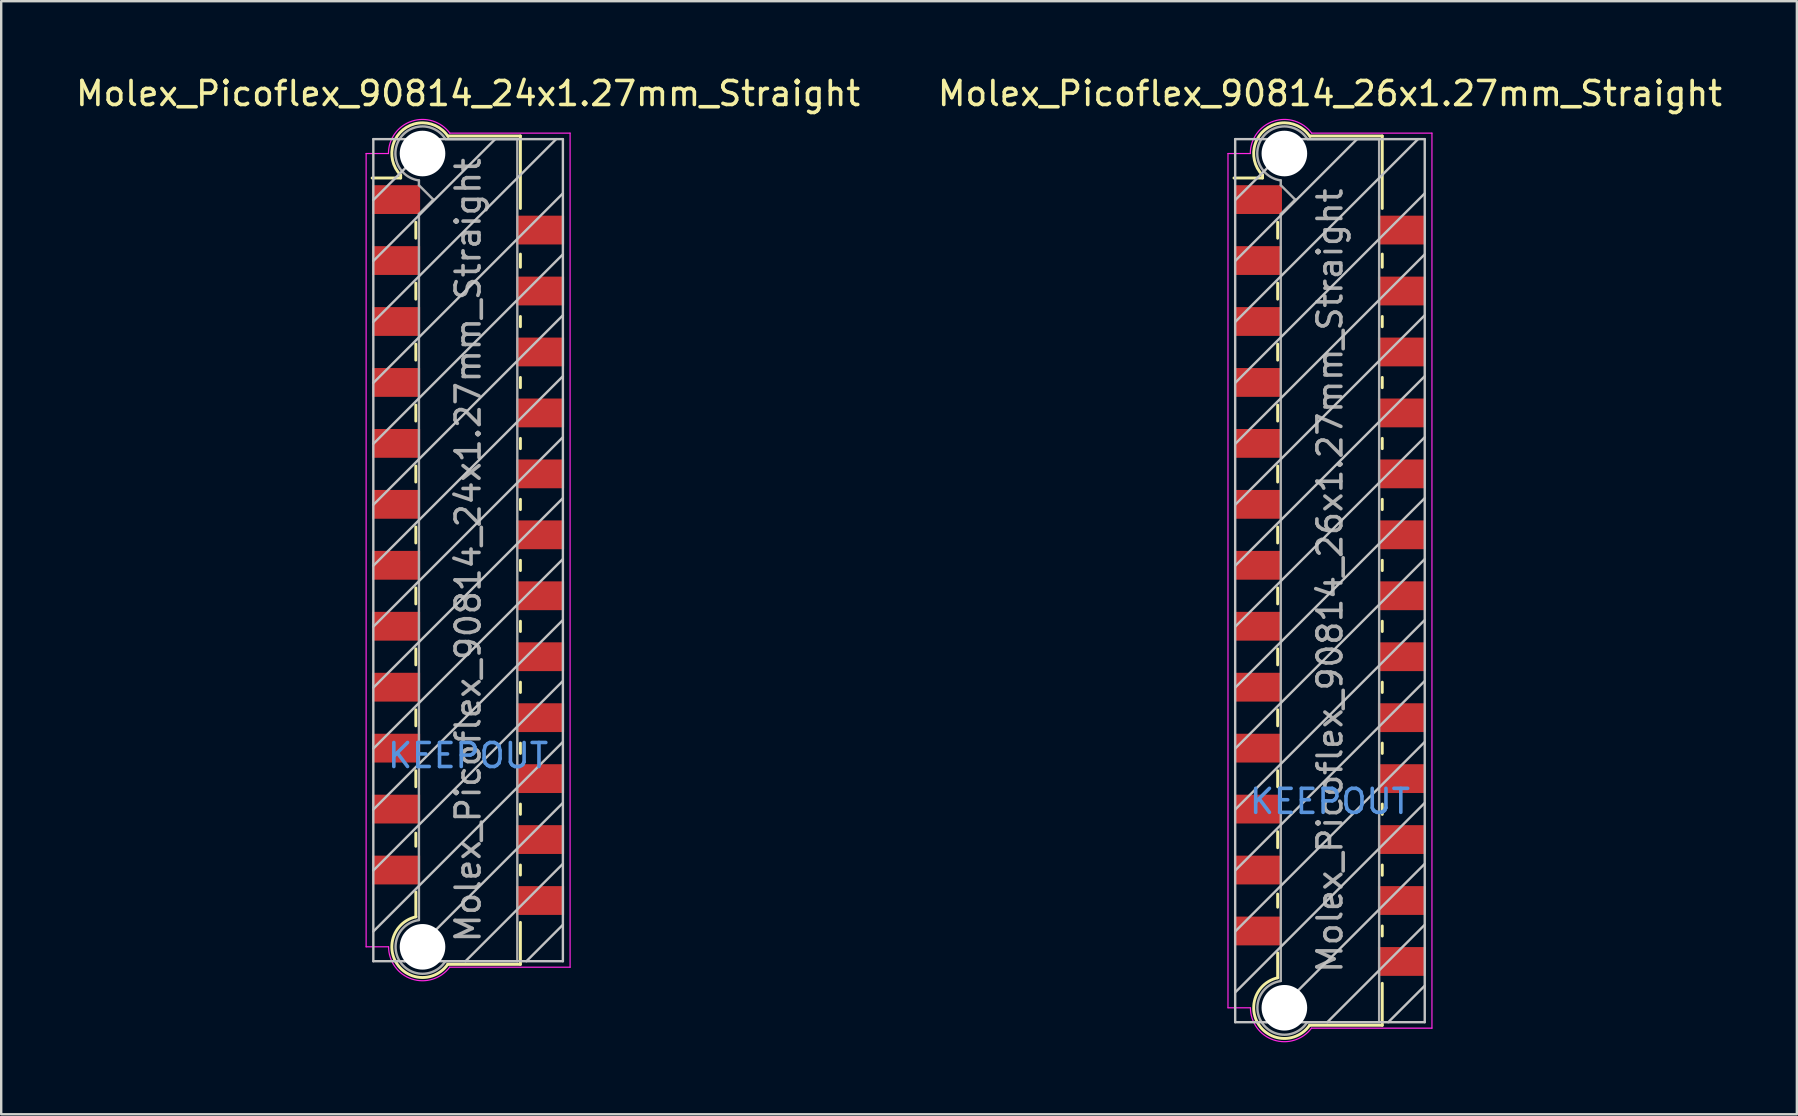
<source format=kicad_pcb>
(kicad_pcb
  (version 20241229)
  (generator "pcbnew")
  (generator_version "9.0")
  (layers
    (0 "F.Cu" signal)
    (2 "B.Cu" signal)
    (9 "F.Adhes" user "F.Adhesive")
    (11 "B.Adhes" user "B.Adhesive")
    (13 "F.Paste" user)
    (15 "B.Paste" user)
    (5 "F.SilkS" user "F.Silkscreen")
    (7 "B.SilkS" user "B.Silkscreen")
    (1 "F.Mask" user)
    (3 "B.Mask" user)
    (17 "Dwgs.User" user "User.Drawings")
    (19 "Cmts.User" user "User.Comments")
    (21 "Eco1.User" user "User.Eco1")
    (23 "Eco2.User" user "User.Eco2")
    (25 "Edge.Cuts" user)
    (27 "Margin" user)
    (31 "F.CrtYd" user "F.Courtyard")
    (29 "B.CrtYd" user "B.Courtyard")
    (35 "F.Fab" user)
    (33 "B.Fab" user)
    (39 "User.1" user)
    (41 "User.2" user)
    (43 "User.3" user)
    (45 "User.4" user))
  (footprint "Molex_Picoflex_90814_26x1.27mm_Straight"
    (layer "F.Cu")
    (at 52.375 21.148)
    (property "Reference" "Molex_Picoflex_90814_26x1.27mm_Straight" (at 0 -20.3 0) (layer "F.SilkS") (effects (font (size 1 1) (thickness 0.15))))
    (attr smd)
    (fp_line (start -2.81 -16.9) (end -2.81 -16.78) (stroke (width 0.12) (type solid)) (layer "F.SilkS"))
    (fp_line (start -2.81 -16.78) (end -4 -16.78) (stroke (width 0.12) (type solid)) (layer "F.SilkS"))
    (fp_line (start -2.18 -14.27) (end -2.18 -14.94) (stroke (width 0.12) (type solid)) (layer "F.SilkS"))
    (fp_line (start -2.18 -11.73) (end -2.18 -12.4) (stroke (width 0.12) (type solid)) (layer "F.SilkS"))
    (fp_line (start -2.18 -9.19) (end -2.18 -9.86) (stroke (width 0.12) (type solid)) (layer "F.SilkS"))
    (fp_line (start -2.18 -6.65) (end -2.18 -7.32) (stroke (width 0.12) (type solid)) (layer "F.SilkS"))
    (fp_line (start -2.18 -4.11) (end -2.18 -4.78) (stroke (width 0.12) (type solid)) (layer "F.SilkS"))
    (fp_line (start -2.18 -1.57) (end -2.18 -2.24) (stroke (width 0.12) (type solid)) (layer "F.SilkS"))
    (fp_line (start -2.18 0.97) (end -2.18 0.3) (stroke (width 0.12) (type solid)) (layer "F.SilkS"))
    (fp_line (start -2.18 3.51) (end -2.18 2.84) (stroke (width 0.12) (type solid)) (layer "F.SilkS"))
    (fp_line (start -2.18 6.05) (end -2.18 5.38) (stroke (width 0.12) (type solid)) (layer "F.SilkS"))
    (fp_line (start -2.18 8.59) (end -2.18 7.92) (stroke (width 0.12) (type solid)) (layer "F.SilkS"))
    (fp_line (start -2.18 11.13) (end -2.18 10.46) (stroke (width 0.12) (type solid)) (layer "F.SilkS"))
    (fp_line (start -2.18 13.61) (end -2.18 13.06) (stroke (width 0.12) (type solid)) (layer "F.SilkS"))
    (fp_line (start -2.18 16.55) (end -2.18 15.51) (stroke (width 0.12) (type solid)) (layer "F.SilkS"))
    (fp_line (start 2.18 -18.53) (end -0.82 -18.53) (stroke (width 0.12) (type solid)) (layer "F.SilkS"))
    (fp_line (start 2.18 -18.53) (end 2.18 -15.51) (stroke (width 0.12) (type solid)) (layer "F.SilkS"))
    (fp_line (start 2.18 -13.61) (end 2.18 -13.06) (stroke (width 0.12) (type solid)) (layer "F.SilkS"))
    (fp_line (start 2.18 -11.01) (end 2.18 -10.58) (stroke (width 0.12) (type solid)) (layer "F.SilkS"))
    (fp_line (start 2.18 -8.47) (end 2.18 -8.04) (stroke (width 0.12) (type solid)) (layer "F.SilkS"))
    (fp_line (start 2.18 -5.93) (end 2.18 -5.5) (stroke (width 0.12) (type solid)) (layer "F.SilkS"))
    (fp_line (start 2.18 -3.39) (end 2.18 -2.96) (stroke (width 0.12) (type solid)) (layer "F.SilkS"))
    (fp_line (start 2.18 -0.85) (end 2.18 -0.42) (stroke (width 0.12) (type solid)) (layer "F.SilkS"))
    (fp_line (start 2.18 1.69) (end 2.18 2.12) (stroke (width 0.12) (type solid)) (layer "F.SilkS"))
    (fp_line (start 2.18 4.23) (end 2.18 4.66) (stroke (width 0.12) (type solid)) (layer "F.SilkS"))
    (fp_line (start 2.18 6.77) (end 2.18 7.2) (stroke (width 0.12) (type solid)) (layer "F.SilkS"))
    (fp_line (start 2.18 9.31) (end 2.18 9.74) (stroke (width 0.12) (type solid)) (layer "F.SilkS"))
    (fp_line (start 2.18 11.85) (end 2.18 12.28) (stroke (width 0.12) (type solid)) (layer "F.SilkS"))
    (fp_line (start 2.18 14.39) (end 2.18 14.81) (stroke (width 0.12) (type solid)) (layer "F.SilkS"))
    (fp_line (start 2.18 16.78) (end 2.18 18.53) (stroke (width 0.12) (type solid)) (layer "F.SilkS"))
    (fp_line (start 2.18 18.53) (end -0.85 18.53) (stroke (width 0.12) (type solid)) (layer "F.SilkS"))
    (fp_arc (start -2.81 -16.9) (mid -2.708637 -18.792072) (end -0.834991 -18.509828) (stroke (width 0.12) (type solid)) (layer "F.SilkS"))
    (fp_arc (start -0.85 18.53) (mid -2.962791 18.511248) (end -2.174424 16.550964) (stroke (width 0.12) (type solid)) (layer "F.SilkS"))
    (fp_line (start -3.95 -18.4) (end -3.95 18.4) (stroke (width 0.1) (type solid)) (layer "Dwgs.User"))
    (fp_line (start -3.95 -15.86) (end -1.41 -18.4) (stroke (width 0.1) (type solid)) (layer "Dwgs.User"))
    (fp_line (start -3.95 -13.32) (end 1.13 -18.4) (stroke (width 0.1) (type solid)) (layer "Dwgs.User"))
    (fp_line (start -3.95 -10.78) (end 3.67 -18.4) (stroke (width 0.1) (type solid)) (layer "Dwgs.User"))
    (fp_line (start -3.95 -8.24) (end 3.95 -16.14) (stroke (width 0.1) (type solid)) (layer "Dwgs.User"))
    (fp_line (start -3.95 -5.7) (end 3.95 -13.6) (stroke (width 0.1) (type solid)) (layer "Dwgs.User"))
    (fp_line (start -3.95 -3.16) (end 3.95 -11.06) (stroke (width 0.1) (type solid)) (layer "Dwgs.User"))
    (fp_line (start -3.95 -0.62) (end 3.95 -8.52) (stroke (width 0.1) (type solid)) (layer "Dwgs.User"))
    (fp_line (start -3.95 1.92) (end 3.95 -5.98) (stroke (width 0.1) (type solid)) (layer "Dwgs.User"))
    (fp_line (start -3.95 4.46) (end 3.95 -3.44) (stroke (width 0.1) (type solid)) (layer "Dwgs.User"))
    (fp_line (start -3.95 7) (end 3.95 -0.9) (stroke (width 0.1) (type solid)) (layer "Dwgs.User"))
    (fp_line (start -3.95 9.54) (end 3.95 1.64) (stroke (width 0.1) (type solid)) (layer "Dwgs.User"))
    (fp_line (start -3.95 12.08) (end 3.95 4.18) (stroke (width 0.1) (type solid)) (layer "Dwgs.User"))
    (fp_line (start -3.95 14.62) (end 3.95 6.72) (stroke (width 0.1) (type solid)) (layer "Dwgs.User"))
    (fp_line (start -3.95 17.16) (end 3.95 9.26) (stroke (width 0.1) (type solid)) (layer "Dwgs.User"))
    (fp_line (start -3.95 18.4) (end 3.95 18.4) (stroke (width 0.1) (type solid)) (layer "Dwgs.User"))
    (fp_line (start -2.65 18.4) (end 3.95 11.8) (stroke (width 0.1) (type solid)) (layer "Dwgs.User"))
    (fp_line (start -0.11 18.4) (end 3.95 14.34) (stroke (width 0.1) (type solid)) (layer "Dwgs.User"))
    (fp_line (start 2.43 18.4) (end 3.95 16.88) (stroke (width 0.1) (type solid)) (layer "Dwgs.User"))
    (fp_line (start 3.95 -18.4) (end -3.95 -18.4) (stroke (width 0.1) (type solid)) (layer "Dwgs.User"))
    (fp_line (start 3.95 18.4) (end 3.95 -18.4) (stroke (width 0.1) (type solid)) (layer "Dwgs.User"))
    (fp_line (start -4.25 17.8) (end -4.25 -17.8) (stroke (width 0.05) (type solid)) (layer "F.CrtYd"))
    (fp_line (start -3.32 -17.8) (end -4.25 -17.8) (stroke (width 0.05) (type solid)) (layer "F.CrtYd"))
    (fp_line (start -3.32 17.8) (end -4.25 17.8) (stroke (width 0.05) (type solid)) (layer "F.CrtYd"))
    (fp_line (start 4.25 -18.65) (end -0.76 -18.65) (stroke (width 0.05) (type solid)) (layer "F.CrtYd"))
    (fp_line (start 4.25 -18.65) (end 4.25 18.65) (stroke (width 0.05) (type solid)) (layer "F.CrtYd"))
    (fp_line (start 4.25 18.65) (end -0.77 18.65) (stroke (width 0.05) (type solid)) (layer "F.CrtYd"))
    (fp_arc (start -3.32 -17.8) (mid -2.344692 -19.148573) (end -0.758523 -18.644648) (stroke (width 0.05) (type solid)) (layer "F.CrtYd"))
    (fp_arc (start -0.77 18.65) (mid -2.348691 19.140924) (end -3.314001 17.798743) (stroke (width 0.05) (type solid)) (layer "F.CrtYd"))
    (fp_line (start -2.05 -16.48) (end -2.05 -16.68) (stroke (width 0.1) (type solid)) (layer "F.Fab"))
    (fp_line (start -2.05 -15.28) (end -1.45 -15.88) (stroke (width 0.1) (type solid)) (layer "F.Fab"))
    (fp_line (start -2.05 16.68) (end -2.05 -15.28) (stroke (width 0.1) (type solid)) (layer "F.Fab"))
    (fp_line (start -1.45 -15.88) (end -2.05 -16.48) (stroke (width 0.1) (type solid)) (layer "F.Fab"))
    (fp_line (start 2.05 -18.4) (end -0.93 -18.4) (stroke (width 0.1) (type solid)) (layer "F.Fab"))
    (fp_line (start 2.05 -18.4) (end 2.05 18.4) (stroke (width 0.1) (type solid)) (layer "F.Fab"))
    (fp_line (start 2.05 18.4) (end -0.95 18.4) (stroke (width 0.1) (type solid)) (layer "F.Fab"))
    (fp_arc (start -2.05 -16.68) (mid -2.851672 -18.409279) (end -0.945612 -18.405015) (stroke (width 0.1) (type solid)) (layer "F.Fab"))
    (fp_arc (start -0.95 18.4) (mid -2.845272 18.407422) (end -2.051022 16.686585) (stroke (width 0.1) (type solid)) (layer "F.Fab"))
    (fp_text user "KEEPOUT" (at 0 9.2 0) (layer "Cmts.User") (effects (font (size 1 1) (thickness 0.15))))
    (fp_text user "${REFERENCE}" (at 0 0 90) (layer "F.Fab") (effects (font (size 1 1) (thickness 0.15))))
    (pad "" np_thru_hole circle (at -1.9 -17.8) (size 1.9 1.9) (drill 1.9) (layers "*.Cu"))
    (pad "" np_thru_hole circle (at -1.9 17.8) (size 1.9 1.9) (drill 1.9) (layers "*.Cu"))
    (pad "1" smd rect (at -3 -15.88) (size 2 1.2) (layers "F.Cu" "F.Mask" "F.Paste"))
    (pad "2" smd rect (at 3 -14.61) (size 2 1.2) (layers "F.Cu" "F.Mask" "F.Paste"))
    (pad "3" smd rect (at -3 -13.34) (size 2 1.2) (layers "F.Cu" "F.Mask" "F.Paste"))
    (pad "4" smd rect (at 3 -12.07) (size 2 1.2) (layers "F.Cu" "F.Mask" "F.Paste"))
    (pad "5" smd rect (at -3 -10.8) (size 2 1.2) (layers "F.Cu" "F.Mask" "F.Paste"))
    (pad "6" smd rect (at 3 -9.53) (size 2 1.2) (layers "F.Cu" "F.Mask" "F.Paste"))
    (pad "7" smd rect (at -3 -8.26) (size 2 1.2) (layers "F.Cu" "F.Mask" "F.Paste"))
    (pad "8" smd rect (at 3 -6.99) (size 2 1.2) (layers "F.Cu" "F.Mask" "F.Paste"))
    (pad "9" smd rect (at -3 -5.72) (size 2 1.2) (layers "F.Cu" "F.Mask" "F.Paste"))
    (pad "10" smd rect (at 3 -4.45) (size 2 1.2) (layers "F.Cu" "F.Mask" "F.Paste"))
    (pad "11" smd rect (at -3 -3.18) (size 2 1.2) (layers "F.Cu" "F.Mask" "F.Paste"))
    (pad "12" smd rect (at 3 -1.91) (size 2 1.2) (layers "F.Cu" "F.Mask" "F.Paste"))
    (pad "13" smd rect (at -3 -0.64) (size 2 1.2) (layers "F.Cu" "F.Mask" "F.Paste"))
    (pad "14" smd rect (at 3 0.63) (size 2 1.2) (layers "F.Cu" "F.Mask" "F.Paste"))
    (pad "15" smd rect (at -3 1.9) (size 2 1.2) (layers "F.Cu" "F.Mask" "F.Paste"))
    (pad "16" smd rect (at 3 3.17) (size 2 1.2) (layers "F.Cu" "F.Mask" "F.Paste"))
    (pad "17" smd rect (at -3 4.44) (size 2 1.2) (layers "F.Cu" "F.Mask" "F.Paste"))
    (pad "18" smd rect (at 3 5.71) (size 2 1.2) (layers "F.Cu" "F.Mask" "F.Paste"))
    (pad "19" smd rect (at -3 6.98) (size 2 1.2) (layers "F.Cu" "F.Mask" "F.Paste"))
    (pad "20" smd rect (at 3 8.25) (size 2 1.2) (layers "F.Cu" "F.Mask" "F.Paste"))
    (pad "21" smd rect (at -3 9.52) (size 2 1.2) (layers "F.Cu" "F.Mask" "F.Paste"))
    (pad "22" smd rect (at 3 10.79) (size 2 1.2) (layers "F.Cu" "F.Mask" "F.Paste"))
    (pad "23" smd rect (at -3 12.06) (size 2 1.2) (layers "F.Cu" "F.Mask" "F.Paste"))
    (pad "24" smd rect (at 3 13.33) (size 2 1.2) (layers "F.Cu" "F.Mask" "F.Paste"))
    (pad "25" smd rect (at -3 14.6) (size 2 1.2) (layers "F.Cu" "F.Mask" "F.Paste"))
    (pad "26" smd rect (at 3 15.87) (size 2 1.2) (layers "F.Cu" "F.Mask" "F.Paste")))
  (footprint "Molex_Picoflex_90814_24x1.27mm_Straight"
    (layer "F.Cu")
    (at 16.458 19.878)
    (property "Reference" "Molex_Picoflex_90814_24x1.27mm_Straight" (at 0 -19.03 0) (layer "F.SilkS") (effects (font (size 1 1) (thickness 0.15))))
    (attr smd)
    (fp_line (start -2.81 -15.63) (end -2.81 -15.51) (stroke (width 0.12) (type solid)) (layer "F.SilkS"))
    (fp_line (start -2.81 -15.51) (end -4 -15.51) (stroke (width 0.12) (type solid)) (layer "F.SilkS"))
    (fp_line (start -2.18 -13) (end -2.18 -13.67) (stroke (width 0.12) (type solid)) (layer "F.SilkS"))
    (fp_line (start -2.18 -10.46) (end -2.18 -11.13) (stroke (width 0.12) (type solid)) (layer "F.SilkS"))
    (fp_line (start -2.18 -7.92) (end -2.18 -8.59) (stroke (width 0.12) (type solid)) (layer "F.SilkS"))
    (fp_line (start -2.18 -5.38) (end -2.18 -6.05) (stroke (width 0.12) (type solid)) (layer "F.SilkS"))
    (fp_line (start -2.18 -2.84) (end -2.18 -3.51) (stroke (width 0.12) (type solid)) (layer "F.SilkS"))
    (fp_line (start -2.18 -0.3) (end -2.18 -0.97) (stroke (width 0.12) (type solid)) (layer "F.SilkS"))
    (fp_line (start -2.18 2.24) (end -2.18 1.57) (stroke (width 0.12) (type solid)) (layer "F.SilkS"))
    (fp_line (start -2.18 4.78) (end -2.18 4.11) (stroke (width 0.12) (type solid)) (layer "F.SilkS"))
    (fp_line (start -2.18 7.32) (end -2.18 6.65) (stroke (width 0.12) (type solid)) (layer "F.SilkS"))
    (fp_line (start -2.18 9.86) (end -2.18 9.19) (stroke (width 0.12) (type solid)) (layer "F.SilkS"))
    (fp_line (start -2.18 12.34) (end -2.18 11.79) (stroke (width 0.12) (type solid)) (layer "F.SilkS"))
    (fp_line (start -2.18 15.28) (end -2.18 14.24) (stroke (width 0.12) (type solid)) (layer "F.SilkS"))
    (fp_line (start 2.18 -17.26) (end -0.82 -17.26) (stroke (width 0.12) (type solid)) (layer "F.SilkS"))
    (fp_line (start 2.18 -17.26) (end 2.18 -14.24) (stroke (width 0.12) (type solid)) (layer "F.SilkS"))
    (fp_line (start 2.18 -12.34) (end 2.18 -11.79) (stroke (width 0.12) (type solid)) (layer "F.SilkS"))
    (fp_line (start 2.18 -9.74) (end 2.18 -9.31) (stroke (width 0.12) (type solid)) (layer "F.SilkS"))
    (fp_line (start 2.18 -7.2) (end 2.18 -6.77) (stroke (width 0.12) (type solid)) (layer "F.SilkS"))
    (fp_line (start 2.18 -4.66) (end 2.18 -4.23) (stroke (width 0.12) (type solid)) (layer "F.SilkS"))
    (fp_line (start 2.18 -2.12) (end 2.18 -1.69) (stroke (width 0.12) (type solid)) (layer "F.SilkS"))
    (fp_line (start 2.18 0.42) (end 2.18 0.85) (stroke (width 0.12) (type solid)) (layer "F.SilkS"))
    (fp_line (start 2.18 2.96) (end 2.18 3.39) (stroke (width 0.12) (type solid)) (layer "F.SilkS"))
    (fp_line (start 2.18 5.5) (end 2.18 5.93) (stroke (width 0.12) (type solid)) (layer "F.SilkS"))
    (fp_line (start 2.18 8.04) (end 2.18 8.47) (stroke (width 0.12) (type solid)) (layer "F.SilkS"))
    (fp_line (start 2.18 10.58) (end 2.18 11.01) (stroke (width 0.12) (type solid)) (layer "F.SilkS"))
    (fp_line (start 2.18 13.12) (end 2.18 13.54) (stroke (width 0.12) (type solid)) (layer "F.SilkS"))
    (fp_line (start 2.18 15.51) (end 2.18 17.26) (stroke (width 0.12) (type solid)) (layer "F.SilkS"))
    (fp_line (start 2.18 17.26) (end -0.85 17.26) (stroke (width 0.12) (type solid)) (layer "F.SilkS"))
    (fp_arc (start -2.81 -15.63) (mid -2.708637 -17.522072) (end -0.834991 -17.239828) (stroke (width 0.12) (type solid)) (layer "F.SilkS"))
    (fp_arc (start -0.85 17.26) (mid -2.962791 17.241248) (end -2.174424 15.280964) (stroke (width 0.12) (type solid)) (layer "F.SilkS"))
    (fp_line (start -3.95 -17.13) (end -3.95 17.13) (stroke (width 0.1) (type solid)) (layer "Dwgs.User"))
    (fp_line (start -3.95 -14.59) (end -1.41 -17.13) (stroke (width 0.1) (type solid)) (layer "Dwgs.User"))
    (fp_line (start -3.95 -12.05) (end 1.13 -17.13) (stroke (width 0.1) (type solid)) (layer "Dwgs.User"))
    (fp_line (start -3.95 -9.51) (end 3.67 -17.13) (stroke (width 0.1) (type solid)) (layer "Dwgs.User"))
    (fp_line (start -3.95 -6.97) (end 3.95 -14.87) (stroke (width 0.1) (type solid)) (layer "Dwgs.User"))
    (fp_line (start -3.95 -4.43) (end 3.95 -12.33) (stroke (width 0.1) (type solid)) (layer "Dwgs.User"))
    (fp_line (start -3.95 -1.89) (end 3.95 -9.79) (stroke (width 0.1) (type solid)) (layer "Dwgs.User"))
    (fp_line (start -3.95 0.65) (end 3.95 -7.25) (stroke (width 0.1) (type solid)) (layer "Dwgs.User"))
    (fp_line (start -3.95 3.19) (end 3.95 -4.71) (stroke (width 0.1) (type solid)) (layer "Dwgs.User"))
    (fp_line (start -3.95 5.73) (end 3.95 -2.17) (stroke (width 0.1) (type solid)) (layer "Dwgs.User"))
    (fp_line (start -3.95 8.27) (end 3.95 0.37) (stroke (width 0.1) (type solid)) (layer "Dwgs.User"))
    (fp_line (start -3.95 10.81) (end 3.95 2.91) (stroke (width 0.1) (type solid)) (layer "Dwgs.User"))
    (fp_line (start -3.95 13.35) (end 3.95 5.45) (stroke (width 0.1) (type solid)) (layer "Dwgs.User"))
    (fp_line (start -3.95 15.89) (end 3.95 7.99) (stroke (width 0.1) (type solid)) (layer "Dwgs.User"))
    (fp_line (start -3.95 17.13) (end 3.95 17.13) (stroke (width 0.1) (type solid)) (layer "Dwgs.User"))
    (fp_line (start -2.65 17.13) (end 3.95 10.53) (stroke (width 0.1) (type solid)) (layer "Dwgs.User"))
    (fp_line (start -0.11 17.13) (end 3.95 13.07) (stroke (width 0.1) (type solid)) (layer "Dwgs.User"))
    (fp_line (start 2.43 17.13) (end 3.95 15.61) (stroke (width 0.1) (type solid)) (layer "Dwgs.User"))
    (fp_line (start 3.95 -17.13) (end -3.95 -17.13) (stroke (width 0.1) (type solid)) (layer "Dwgs.User"))
    (fp_line (start 3.95 17.13) (end 3.95 -17.13) (stroke (width 0.1) (type solid)) (layer "Dwgs.User"))
    (fp_line (start -4.25 16.53) (end -4.25 -16.53) (stroke (width 0.05) (type solid)) (layer "F.CrtYd"))
    (fp_line (start -3.32 -16.53) (end -4.25 -16.53) (stroke (width 0.05) (type solid)) (layer "F.CrtYd"))
    (fp_line (start -3.32 16.53) (end -4.25 16.53) (stroke (width 0.05) (type solid)) (layer "F.CrtYd"))
    (fp_line (start 4.25 -17.38) (end -0.76 -17.38) (stroke (width 0.05) (type solid)) (layer "F.CrtYd"))
    (fp_line (start 4.25 -17.38) (end 4.25 17.38) (stroke (width 0.05) (type solid)) (layer "F.CrtYd"))
    (fp_line (start 4.25 17.38) (end -0.77 17.38) (stroke (width 0.05) (type solid)) (layer "F.CrtYd"))
    (fp_arc (start -3.32 -16.53) (mid -2.344692 -17.878573) (end -0.758523 -17.374648) (stroke (width 0.05) (type solid)) (layer "F.CrtYd"))
    (fp_arc (start -0.77 17.38) (mid -2.348691 17.870924) (end -3.314001 16.528743) (stroke (width 0.05) (type solid)) (layer "F.CrtYd"))
    (fp_line (start -2.05 -15.21) (end -2.05 -15.41) (stroke (width 0.1) (type solid)) (layer "F.Fab"))
    (fp_line (start -2.05 -14.01) (end -1.45 -14.61) (stroke (width 0.1) (type solid)) (layer "F.Fab"))
    (fp_line (start -2.05 15.41) (end -2.05 -14.01) (stroke (width 0.1) (type solid)) (layer "F.Fab"))
    (fp_line (start -1.45 -14.61) (end -2.05 -15.21) (stroke (width 0.1) (type solid)) (layer "F.Fab"))
    (fp_line (start 2.05 -17.13) (end -0.93 -17.13) (stroke (width 0.1) (type solid)) (layer "F.Fab"))
    (fp_line (start 2.05 -17.13) (end 2.05 17.13) (stroke (width 0.1) (type solid)) (layer "F.Fab"))
    (fp_line (start 2.05 17.13) (end -0.95 17.13) (stroke (width 0.1) (type solid)) (layer "F.Fab"))
    (fp_arc (start -2.05 -15.41) (mid -2.851672 -17.139279) (end -0.945612 -17.135015) (stroke (width 0.1) (type solid)) (layer "F.Fab"))
    (fp_arc (start -0.95 17.13) (mid -2.845272 17.137422) (end -2.051022 15.416585) (stroke (width 0.1) (type solid)) (layer "F.Fab"))
    (fp_text user "KEEPOUT" (at 0 8.56 0) (layer "Cmts.User") (effects (font (size 1 1) (thickness 0.15))))
    (fp_text user "${REFERENCE}" (at 0 0 90) (layer "F.Fab") (effects (font (size 1 1) (thickness 0.15))))
    (pad "" np_thru_hole circle (at -1.9 -16.53) (size 1.9 1.9) (drill 1.9) (layers "*.Cu"))
    (pad "" np_thru_hole circle (at -1.9 16.53) (size 1.9 1.9) (drill 1.9) (layers "*.Cu"))
    (pad "1" smd rect (at -3 -14.61) (size 2 1.2) (layers "F.Cu" "F.Mask" "F.Paste"))
    (pad "2" smd rect (at 3 -13.34) (size 2 1.2) (layers "F.Cu" "F.Mask" "F.Paste"))
    (pad "3" smd rect (at -3 -12.07) (size 2 1.2) (layers "F.Cu" "F.Mask" "F.Paste"))
    (pad "4" smd rect (at 3 -10.8) (size 2 1.2) (layers "F.Cu" "F.Mask" "F.Paste"))
    (pad "5" smd rect (at -3 -9.53) (size 2 1.2) (layers "F.Cu" "F.Mask" "F.Paste"))
    (pad "6" smd rect (at 3 -8.26) (size 2 1.2) (layers "F.Cu" "F.Mask" "F.Paste"))
    (pad "7" smd rect (at -3 -6.99) (size 2 1.2) (layers "F.Cu" "F.Mask" "F.Paste"))
    (pad "8" smd rect (at 3 -5.72) (size 2 1.2) (layers "F.Cu" "F.Mask" "F.Paste"))
    (pad "9" smd rect (at -3 -4.45) (size 2 1.2) (layers "F.Cu" "F.Mask" "F.Paste"))
    (pad "10" smd rect (at 3 -3.18) (size 2 1.2) (layers "F.Cu" "F.Mask" "F.Paste"))
    (pad "11" smd rect (at -3 -1.91) (size 2 1.2) (layers "F.Cu" "F.Mask" "F.Paste"))
    (pad "12" smd rect (at 3 -0.64) (size 2 1.2) (layers "F.Cu" "F.Mask" "F.Paste"))
    (pad "13" smd rect (at -3 0.63) (size 2 1.2) (layers "F.Cu" "F.Mask" "F.Paste"))
    (pad "14" smd rect (at 3 1.9) (size 2 1.2) (layers "F.Cu" "F.Mask" "F.Paste"))
    (pad "15" smd rect (at -3 3.17) (size 2 1.2) (layers "F.Cu" "F.Mask" "F.Paste"))
    (pad "16" smd rect (at 3 4.44) (size 2 1.2) (layers "F.Cu" "F.Mask" "F.Paste"))
    (pad "17" smd rect (at -3 5.71) (size 2 1.2) (layers "F.Cu" "F.Mask" "F.Paste"))
    (pad "18" smd rect (at 3 6.98) (size 2 1.2) (layers "F.Cu" "F.Mask" "F.Paste"))
    (pad "19" smd rect (at -3 8.25) (size 2 1.2) (layers "F.Cu" "F.Mask" "F.Paste"))
    (pad "20" smd rect (at 3 9.52) (size 2 1.2) (layers "F.Cu" "F.Mask" "F.Paste"))
    (pad "21" smd rect (at -3 10.79) (size 2 1.2) (layers "F.Cu" "F.Mask" "F.Paste"))
    (pad "22" smd rect (at 3 12.06) (size 2 1.2) (layers "F.Cu" "F.Mask" "F.Paste"))
    (pad "23" smd rect (at -3 13.33) (size 2 1.2) (layers "F.Cu" "F.Mask" "F.Paste"))
    (pad "24" smd rect (at 3 14.6) (size 2 1.2) (layers "F.Cu" "F.Mask" "F.Paste")))
  (gr_rect
    (start -3 -3)
    (end 71.833 43.387)
    (stroke (width 0.1) (type default))
    (fill no)
    (layer "Edge.Cuts")))
</source>
